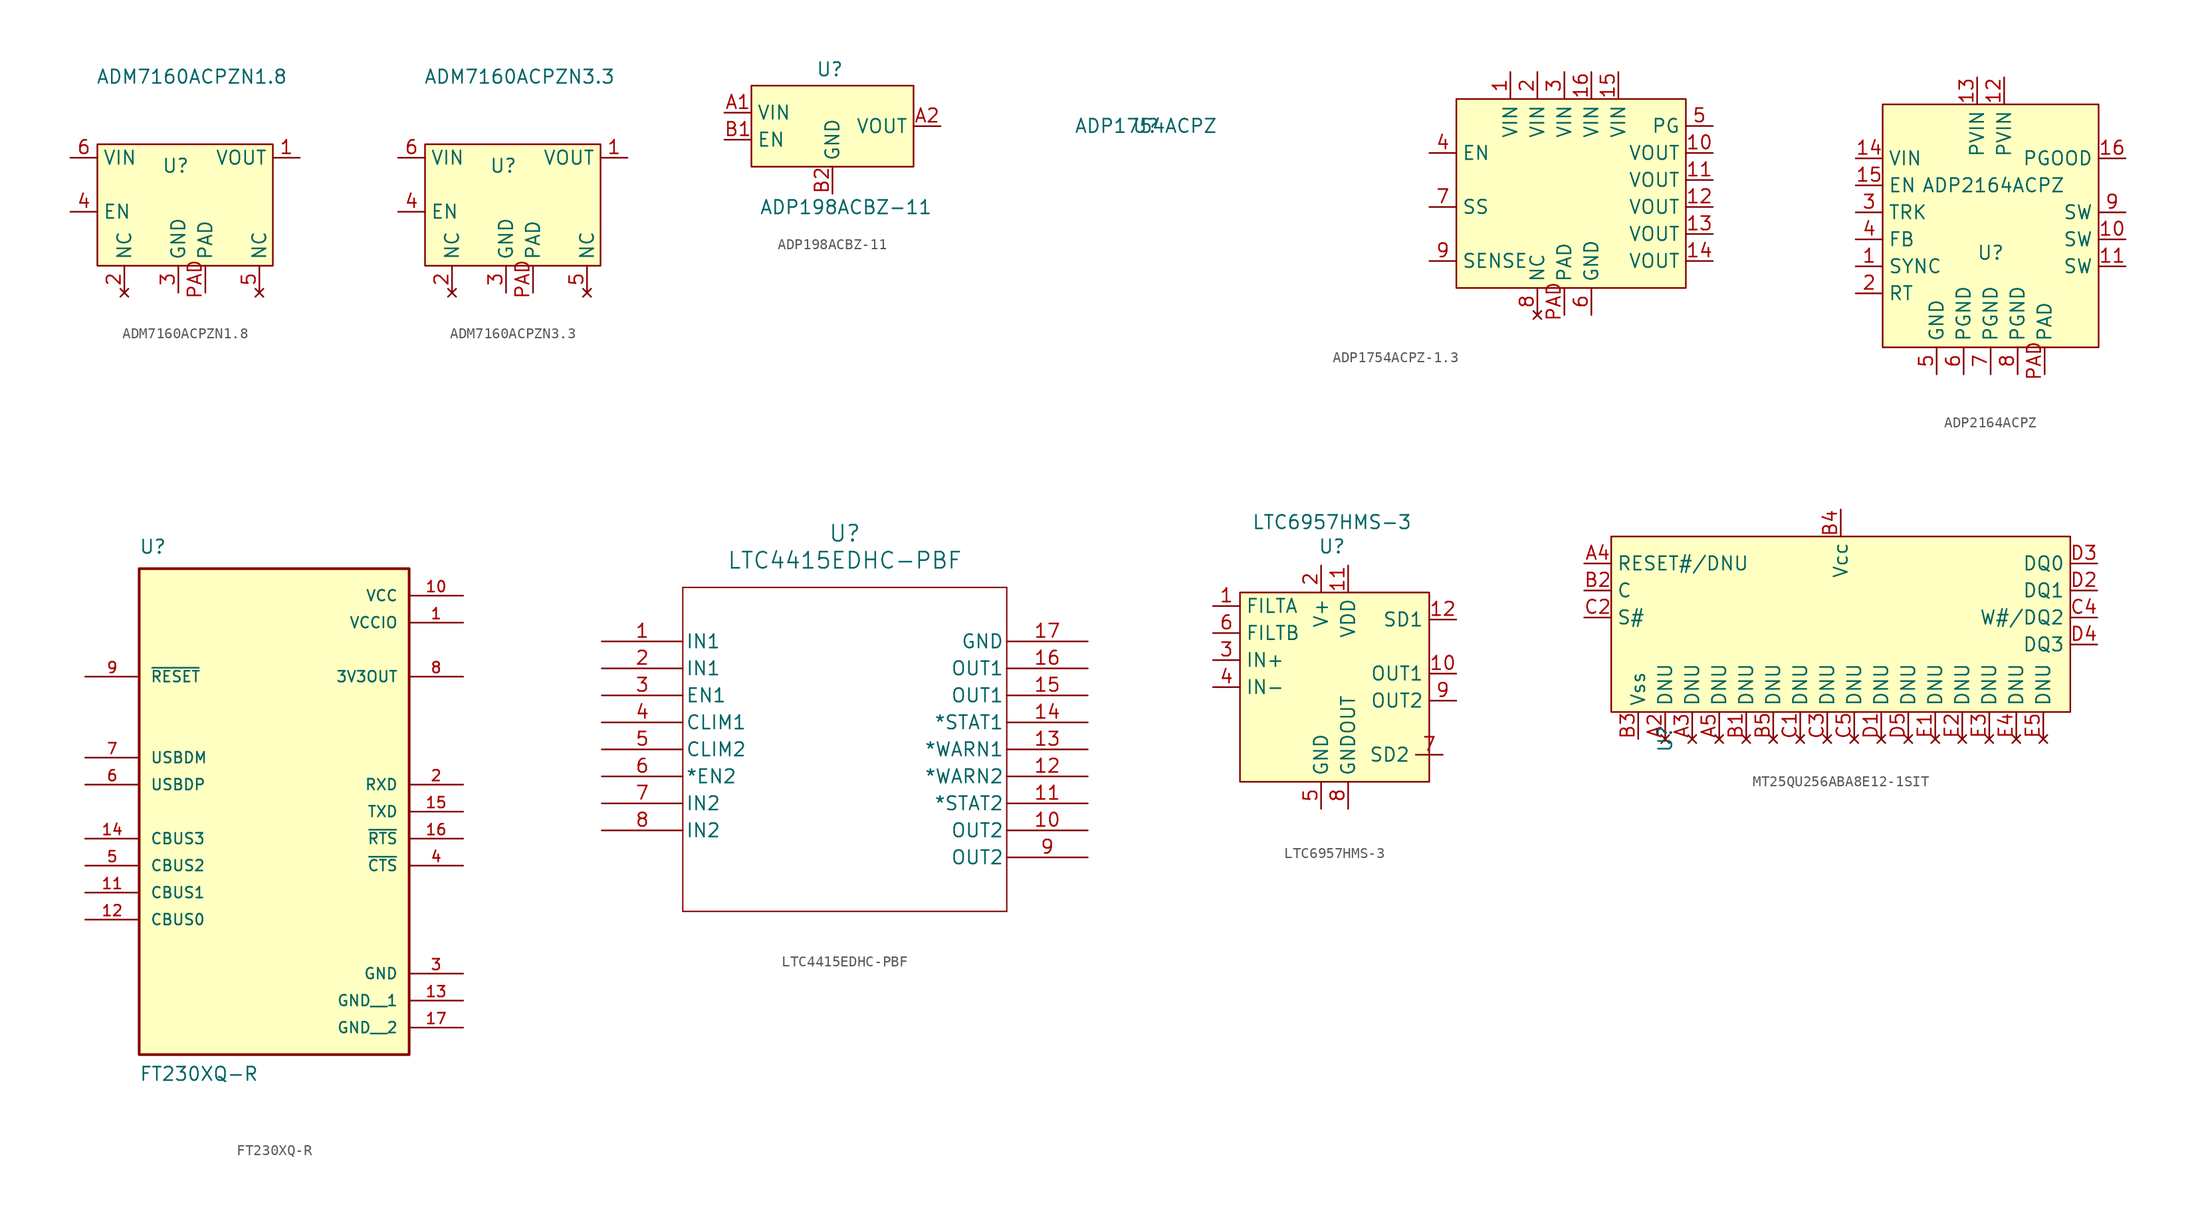
<source format=kicad_sym>
(kicad_symbol_lib
  (version 20231120)
  (generator "kicad_symbol_editor")
  (generator_version "8.0")
  (symbol "ADM7160ACPZN1.8"
    (property "Reference" "U"
      (at -1.524 -8.382 0)
      (effects (font (size 1.27 1.27))))
    (property "Value" "ADM7160ACPZN1.8"
      (at 0 0 0)
      (effects (font (size 1.27 1.27))))
    (symbol "ADM7160ACPZN1.8_0_0"
      (pin power_out line (at 10.16 -7.62 180) (length 2.54) (name "VOUT" (effects (font (size 1.27 1.27)))) (number "1" (effects (font (size 1.27 1.27)))))
      (pin no_connect line (at -6.35 -20.32 90) (length 2.54) (name "NC" (effects (font (size 1.27 1.27)))) (number "2" (effects (font (size 1.27 1.27)))))
      (pin power_in line (at -1.27 -20.32 90) (length 2.54) (name "GND" (effects (font (size 1.27 1.27)))) (number "3" (effects (font (size 1.27 1.27)))))
      (pin input line (at -11.43 -12.7 0) (length 2.54) (name "EN" (effects (font (size 1.27 1.27)))) (number "4" (effects (font (size 1.27 1.27)))))
      (pin no_connect line (at 6.35 -20.32 90) (length 2.54) (name "NC" (effects (font (size 1.27 1.27)))) (number "5" (effects (font (size 1.27 1.27)))))
      (pin power_in line (at -11.43 -7.62 0) (length 2.54) (name "VIN" (effects (font (size 1.27 1.27)))) (number "6" (effects (font (size 1.27 1.27)))))
      (pin power_in line (at 1.27 -20.32 90) (length 2.54) (name "PAD" (effects (font (size 1.27 1.27)))) (number "PAD" (effects (font (size 1.27 1.27))))))
    (symbol "ADM7160ACPZN1.8_1_1"
      (rectangle (start -8.89 -6.35) (end 7.62 -17.78) (stroke (width 0) (type default)) (fill (type background)))))
  (symbol "ADM7160ACPZN3.3"
    (property "Reference" "U"
      (at -1.524 -8.382 0)
      (effects (font (size 1.27 1.27))))
    (property "Value" "ADM7160ACPZN3.3"
      (at 0 0 0)
      (effects (font (size 1.27 1.27))))
    (symbol "ADM7160ACPZN3.3_0_0"
      (pin power_out line (at 10.16 -7.62 180) (length 2.54) (name "VOUT" (effects (font (size 1.27 1.27)))) (number "1" (effects (font (size 1.27 1.27)))))
      (pin no_connect line (at -6.35 -20.32 90) (length 2.54) (name "NC" (effects (font (size 1.27 1.27)))) (number "2" (effects (font (size 1.27 1.27)))))
      (pin power_in line (at -1.27 -20.32 90) (length 2.54) (name "GND" (effects (font (size 1.27 1.27)))) (number "3" (effects (font (size 1.27 1.27)))))
      (pin input line (at -11.43 -12.7 0) (length 2.54) (name "EN" (effects (font (size 1.27 1.27)))) (number "4" (effects (font (size 1.27 1.27)))))
      (pin no_connect line (at 6.35 -20.32 90) (length 2.54) (name "NC" (effects (font (size 1.27 1.27)))) (number "5" (effects (font (size 1.27 1.27)))))
      (pin power_in line (at -11.43 -7.62 0) (length 2.54) (name "VIN" (effects (font (size 1.27 1.27)))) (number "6" (effects (font (size 1.27 1.27)))))
      (pin power_in line (at 1.27 -20.32 90) (length 2.54) (name "PAD" (effects (font (size 1.27 1.27)))) (number "PAD" (effects (font (size 1.27 1.27))))))
    (symbol "ADM7160ACPZN3.3_1_1"
      (rectangle (start -8.89 -6.35) (end 7.62 -17.78) (stroke (width 0) (type default)) (fill (type background)))))
  (symbol "ADP198ACBZ-11"
    (property "Reference" "U"
      (at -0.254 5.334 0)
      (effects (font (size 1.27 1.27))))
    (property "Value" "ADP198ACBZ-11"
      (at 1.27 -7.62 0)
      (effects (font (size 1.27 1.27))))
    (symbol "ADP198ACBZ-11_0_0"
      (pin power_in line (at -10.16 1.27 0) (length 2.54) (name "VIN" (effects (font (size 1.27 1.27)))) (number "A1" (effects (font (size 1.27 1.27)))))
      (pin power_out line (at 10.16 0 180) (length 2.54) (name "VOUT" (effects (font (size 1.27 1.27)))) (number "A2" (effects (font (size 1.27 1.27)))))
      (pin input line (at -10.16 -1.27 0) (length 2.54) (name "EN" (effects (font (size 1.27 1.27)))) (number "B1" (effects (font (size 1.27 1.27)))))
      (pin power_in line (at 0 -6.35 90) (length 2.54) (name "GND" (effects (font (size 1.27 1.27)))) (number "B2" (effects (font (size 1.27 1.27))))))
    (symbol "ADP198ACBZ-11_1_1"
      (rectangle (start -7.62 3.81) (end 7.62 -3.81) (stroke (width 0) (type default)) (fill (type background)))))
  (symbol "ADP1754ACPZ-1.3"
    (property "Reference" "U"
      (at -39.37 -2.54 0)
      (effects (font (size 1.27 1.27))))
    (property "Value" "ADP1754ACPZ"
      (at -39.37 -2.54 0)
      (effects (font (size 1.27 1.27))))
    (symbol "ADP1754ACPZ-1.3_0_0"
      (pin power_in line (at -5.08 2.54 270) (length 2.54) (name "VIN" (effects (font (size 1.27 1.27)))) (number "1" (effects (font (size 1.27 1.27)))))
      (pin power_out line (at 13.97 -5.08 180) (length 2.54) (name "VOUT" (effects (font (size 1.27 1.27)))) (number "10" (effects (font (size 1.27 1.27)))))
      (pin power_out line (at 13.97 -7.62 180) (length 2.54) (name "VOUT" (effects (font (size 1.27 1.27)))) (number "11" (effects (font (size 1.27 1.27)))))
      (pin power_out line (at 13.97 -10.16 180) (length 2.54) (name "VOUT" (effects (font (size 1.27 1.27)))) (number "12" (effects (font (size 1.27 1.27)))))
      (pin power_out line (at 13.97 -12.7 180) (length 2.54) (name "VOUT" (effects (font (size 1.27 1.27)))) (number "13" (effects (font (size 1.27 1.27)))))
      (pin power_out line (at 13.97 -15.24 180) (length 2.54) (name "VOUT" (effects (font (size 1.27 1.27)))) (number "14" (effects (font (size 1.27 1.27)))))
      (pin power_in line (at 5.08 2.54 270) (length 2.54) (name "VIN" (effects (font (size 1.27 1.27)))) (number "15" (effects (font (size 1.27 1.27)))))
      (pin power_in line (at 2.54 2.54 270) (length 2.54) (name "VIN" (effects (font (size 1.27 1.27)))) (number "16" (effects (font (size 1.27 1.27)))))
      (pin power_in line (at -2.54 2.54 270) (length 2.54) (name "VIN" (effects (font (size 1.27 1.27)))) (number "2" (effects (font (size 1.27 1.27)))))
      (pin power_in line (at 0 2.54 270) (length 2.54) (name "VIN" (effects (font (size 1.27 1.27)))) (number "3" (effects (font (size 1.27 1.27)))))
      (pin input line (at -12.7 -5.08 0) (length 2.54) (name "EN" (effects (font (size 1.27 1.27)))) (number "4" (effects (font (size 1.27 1.27)))))
      (pin output line (at 13.97 -2.54 180) (length 2.54) (name "PG" (effects (font (size 1.27 1.27)))) (number "5" (effects (font (size 1.27 1.27)))))
      (pin power_in line (at 2.54 -20.32 90) (length 2.54) (name "GND" (effects (font (size 1.27 1.27)))) (number "6" (effects (font (size 1.27 1.27)))))
      (pin input line (at -12.7 -10.16 0) (length 2.54) (name "SS" (effects (font (size 1.27 1.27)))) (number "7" (effects (font (size 1.27 1.27)))))
      (pin no_connect line (at -2.54 -20.32 90) (length 2.54) (name "NC" (effects (font (size 1.27 1.27)))) (number "8" (effects (font (size 1.27 1.27)))))
      (pin input line (at -12.7 -15.24 0) (length 2.54) (name "SENSE" (effects (font (size 1.27 1.27)))) (number "9" (effects (font (size 1.27 1.27)))))
      (pin power_in line (at 0 -20.32 90) (length 2.54) (name "PAD" (effects (font (size 1.27 1.27)))) (number "PAD" (effects (font (size 1.27 1.27))))))
    (symbol "ADP1754ACPZ-1.3_1_1"
      (rectangle (start -10.16 0) (end 11.43 -17.78) (stroke (width 0) (type default)) (fill (type background)))))
  (symbol "ADP2164ACPZ"
    (property "Reference" "U"
      (at 0 -2.54 0)
      (effects (font (size 1.27 1.27))))
    (property "Value" "ADP2164ACPZ"
      (at 0.254 3.81 0)
      (effects (font (size 1.27 1.27))))
    (symbol "ADP2164ACPZ_0_0"
      (pin input line (at -12.7 -3.81 0) (length 2.54) (name "SYNC" (effects (font (size 1.27 1.27)))) (number "1" (effects (font (size 1.27 1.27)))))
      (pin output line (at 12.7 -1.27 180) (length 2.54) (name "SW" (effects (font (size 1.27 1.27)))) (number "10" (effects (font (size 1.27 1.27)))))
      (pin output line (at 12.7 -3.81 180) (length 2.54) (name "SW" (effects (font (size 1.27 1.27)))) (number "11" (effects (font (size 1.27 1.27)))))
      (pin power_in line (at 1.27 13.97 270) (length 2.54) (name "PVIN" (effects (font (size 1.27 1.27)))) (number "12" (effects (font (size 1.27 1.27)))))
      (pin power_in line (at -1.27 13.97 270) (length 2.54) (name "PVIN" (effects (font (size 1.27 1.27)))) (number "13" (effects (font (size 1.27 1.27)))))
      (pin input line (at -12.7 6.35 0) (length 2.54) (name "VIN" (effects (font (size 1.27 1.27)))) (number "14" (effects (font (size 1.27 1.27)))))
      (pin input line (at -12.7 3.81 0) (length 2.54) (name "EN" (effects (font (size 1.27 1.27)))) (number "15" (effects (font (size 1.27 1.27)))))
      (pin output line (at 12.7 6.35 180) (length 2.54) (name "PGOOD" (effects (font (size 1.27 1.27)))) (number "16" (effects (font (size 1.27 1.27)))))
      (pin input line (at -12.7 -6.35 0) (length 2.54) (name "RT" (effects (font (size 1.27 1.27)))) (number "2" (effects (font (size 1.27 1.27)))))
      (pin input line (at -12.7 1.27 0) (length 2.54) (name "TRK" (effects (font (size 1.27 1.27)))) (number "3" (effects (font (size 1.27 1.27)))))
      (pin input line (at -12.7 -1.27 0) (length 2.54) (name "FB" (effects (font (size 1.27 1.27)))) (number "4" (effects (font (size 1.27 1.27)))))
      (pin power_in line (at -5.08 -13.97 90) (length 2.54) (name "GND" (effects (font (size 1.27 1.27)))) (number "5" (effects (font (size 1.27 1.27)))))
      (pin power_in line (at -2.54 -13.97 90) (length 2.54) (name "PGND" (effects (font (size 1.27 1.27)))) (number "6" (effects (font (size 1.27 1.27)))))
      (pin power_in line (at 0 -13.97 90) (length 2.54) (name "PGND" (effects (font (size 1.27 1.27)))) (number "7" (effects (font (size 1.27 1.27)))))
      (pin power_in line (at 2.54 -13.97 90) (length 2.54) (name "PGND" (effects (font (size 1.27 1.27)))) (number "8" (effects (font (size 1.27 1.27)))))
      (pin output line (at 12.7 1.27 180) (length 2.54) (name "SW" (effects (font (size 1.27 1.27)))) (number "9" (effects (font (size 1.27 1.27)))))
      (pin output line (at 5.08 -13.97 90) (length 2.54) (name "PAD" (effects (font (size 1.27 1.27)))) (number "PAD" (effects (font (size 1.27 1.27))))))
    (symbol "ADP2164ACPZ_1_1"
      (rectangle (start -10.16 11.43) (end 10.16 -11.43) (stroke (width 0) (type default)) (fill (type background)))))
  (symbol "FT230XQ-R"
    (pin_names
      (offset 1.016))
    (property "Reference" "U"
      (at -12.726 21.633 0)
      (effects (font (size 1.27 1.27)) (justify left bottom)))
    (property "Value" "FT230XQ-R"
      (at -12.712 -27.964 0)
      (effects (font (size 1.27 1.27)) (justify left bottom)))
    (symbol "FT230XQ-R_0_0"
      (rectangle (start -12.7 -25.4) (end 12.7 20.32) (stroke (width 0.254) (type default)) (fill (type background)))
      (pin power_in line (at 17.78 15.24 180) (length 5.08) (name "VCCIO" (effects (font (size 1.016 1.016)))) (number "1" (effects (font (size 1.016 1.016)))))
      (pin power_in line (at 17.78 17.78 180) (length 5.08) (name "VCC" (effects (font (size 1.016 1.016)))) (number "10" (effects (font (size 1.016 1.016)))))
      (pin bidirectional line (at -17.78 -10.16 0) (length 5.08) (name "CBUS1" (effects (font (size 1.016 1.016)))) (number "11" (effects (font (size 1.016 1.016)))))
      (pin bidirectional line (at -17.78 -12.7 0) (length 5.08) (name "CBUS0" (effects (font (size 1.016 1.016)))) (number "12" (effects (font (size 1.016 1.016)))))
      (pin power_in line (at 17.78 -20.32 180) (length 5.08) (name "GND__1" (effects (font (size 1.016 1.016)))) (number "13" (effects (font (size 1.016 1.016)))))
      (pin bidirectional line (at -17.78 -5.08 0) (length 5.08) (name "CBUS3" (effects (font (size 1.016 1.016)))) (number "14" (effects (font (size 1.016 1.016)))))
      (pin output line (at 17.78 -2.54 180) (length 5.08) (name "TXD" (effects (font (size 1.016 1.016)))) (number "15" (effects (font (size 1.016 1.016)))))
      (pin output line (at 17.78 -5.08 180) (length 5.08) (name "~{RTS}" (effects (font (size 1.016 1.016)))) (number "16" (effects (font (size 1.016 1.016)))))
      (pin power_in line (at 17.78 -22.86 180) (length 5.08) (name "GND__2" (effects (font (size 1.016 1.016)))) (number "17" (effects (font (size 1.016 1.016)))))
      (pin input line (at 17.78 0 180) (length 5.08) (name "RXD" (effects (font (size 1.016 1.016)))) (number "2" (effects (font (size 1.016 1.016)))))
      (pin power_in line (at 17.78 -17.78 180) (length 5.08) (name "GND" (effects (font (size 1.016 1.016)))) (number "3" (effects (font (size 1.016 1.016)))))
      (pin input line (at 17.78 -7.62 180) (length 5.08) (name "~{CTS}" (effects (font (size 1.016 1.016)))) (number "4" (effects (font (size 1.016 1.016)))))
      (pin bidirectional line (at -17.78 -7.62 0) (length 5.08) (name "CBUS2" (effects (font (size 1.016 1.016)))) (number "5" (effects (font (size 1.016 1.016)))))
      (pin input line (at -17.78 0 0) (length 5.08) (name "USBDP" (effects (font (size 1.016 1.016)))) (number "6" (effects (font (size 1.016 1.016)))))
      (pin input line (at -17.78 2.54 0) (length 5.08) (name "USBDM" (effects (font (size 1.016 1.016)))) (number "7" (effects (font (size 1.016 1.016)))))
      (pin output line (at 17.78 10.16 180) (length 5.08) (name "3V3OUT" (effects (font (size 1.016 1.016)))) (number "8" (effects (font (size 1.016 1.016)))))
      (pin input line (at -17.78 10.16 0) (length 5.08) (name "~{RESET}" (effects (font (size 1.016 1.016)))) (number "9" (effects (font (size 1.016 1.016)))))))
  (symbol "LTC4415EDHC-PBF"
    (pin_names
      (offset 0.254))
    (property "Reference" "U"
      (at 22.86 10.16 0)
      (effects (font (size 1.524 1.524))))
    (property "Value" "LTC4415EDHC-PBF"
      (at 22.86 7.62 0)
      (effects (font (size 1.524 1.524))))
    (property "ki_locked" ""
      (at 0 0 0)
      (effects (font (size 1.27 1.27))))
    (symbol "LTC4415EDHC-PBF_0_1"
      (polyline (pts (xy 7.62 -25.4) (xy 38.1 -25.4)) (stroke (width 0.127) (type default)) (fill (type none)))
      (polyline (pts (xy 7.62 5.08) (xy 7.62 -25.4)) (stroke (width 0.127) (type default)) (fill (type none)))
      (polyline (pts (xy 38.1 -25.4) (xy 38.1 5.08)) (stroke (width 0.127) (type default)) (fill (type none)))
      (polyline (pts (xy 38.1 5.08) (xy 7.62 5.08)) (stroke (width 0.127) (type default)) (fill (type none)))
      (pin power_in line (at 0 0 0) (length 7.62) (name "IN1" (effects (font (size 1.27 1.27)))) (number "1" (effects (font (size 1.27 1.27)))))
      (pin output line (at 45.72 -17.78 180) (length 7.62) (name "OUT2" (effects (font (size 1.27 1.27)))) (number "10" (effects (font (size 1.27 1.27)))))
      (pin output line (at 45.72 -15.24 180) (length 7.62) (name "*STAT2" (effects (font (size 1.27 1.27)))) (number "11" (effects (font (size 1.27 1.27)))))
      (pin output line (at 45.72 -12.7 180) (length 7.62) (name "*WARN2" (effects (font (size 1.27 1.27)))) (number "12" (effects (font (size 1.27 1.27)))))
      (pin output line (at 45.72 -10.16 180) (length 7.62) (name "*WARN1" (effects (font (size 1.27 1.27)))) (number "13" (effects (font (size 1.27 1.27)))))
      (pin output line (at 45.72 -7.62 180) (length 7.62) (name "*STAT1" (effects (font (size 1.27 1.27)))) (number "14" (effects (font (size 1.27 1.27)))))
      (pin output line (at 45.72 -5.08 180) (length 7.62) (name "OUT1" (effects (font (size 1.27 1.27)))) (number "15" (effects (font (size 1.27 1.27)))))
      (pin output line (at 45.72 -2.54 180) (length 7.62) (name "OUT1" (effects (font (size 1.27 1.27)))) (number "16" (effects (font (size 1.27 1.27)))))
      (pin power_out line (at 45.72 0 180) (length 7.62) (name "GND" (effects (font (size 1.27 1.27)))) (number "17" (effects (font (size 1.27 1.27)))))
      (pin power_in line (at 0 -2.54 0) (length 7.62) (name "IN1" (effects (font (size 1.27 1.27)))) (number "2" (effects (font (size 1.27 1.27)))))
      (pin input line (at 0 -5.08 0) (length 7.62) (name "EN1" (effects (font (size 1.27 1.27)))) (number "3" (effects (font (size 1.27 1.27)))))
      (pin unspecified line (at 0 -7.62 0) (length 7.62) (name "CLIM1" (effects (font (size 1.27 1.27)))) (number "4" (effects (font (size 1.27 1.27)))))
      (pin unspecified line (at 0 -10.16 0) (length 7.62) (name "CLIM2" (effects (font (size 1.27 1.27)))) (number "5" (effects (font (size 1.27 1.27)))))
      (pin input line (at 0 -12.7 0) (length 7.62) (name "*EN2" (effects (font (size 1.27 1.27)))) (number "6" (effects (font (size 1.27 1.27)))))
      (pin power_in line (at 0 -15.24 0) (length 7.62) (name "IN2" (effects (font (size 1.27 1.27)))) (number "7" (effects (font (size 1.27 1.27)))))
      (pin power_in line (at 0 -17.78 0) (length 7.62) (name "IN2" (effects (font (size 1.27 1.27)))) (number "8" (effects (font (size 1.27 1.27)))))
      (pin output line (at 45.72 -20.32 180) (length 7.62) (name "OUT2" (effects (font (size 1.27 1.27)))) (number "9" (effects (font (size 1.27 1.27)))))))
  (symbol "LTC6957HMS-3"
    (property "Reference" "U"
      (at -0.254 -5.842 0)
      (effects (font (size 1.27 1.27))))
    (property "Value" "LTC6957HMS-3"
      (at -0.254 -3.556 0)
      (effects (font (size 1.27 1.27))))
    (symbol "LTC6957HMS-3_0_0"
      (pin input line (at -11.43 -11.43 0) (length 2.54) (name "FILTA" (effects (font (size 1.27 1.27)))) (number "1" (effects (font (size 1.27 1.27)))))
      (pin output line (at 11.43 -17.78 180) (length 2.54) (name "OUT1" (effects (font (size 1.27 1.27)))) (number "10" (effects (font (size 1.27 1.27)))))
      (pin power_in line (at 1.27 -7.62 270) (length 2.54) (name "VDD" (effects (font (size 1.27 1.27)))) (number "11" (effects (font (size 1.27 1.27)))))
      (pin output line (at 11.43 -12.7 180) (length 2.54) (name "SD1" (effects (font (size 1.27 1.27)))) (number "12" (effects (font (size 1.27 1.27)))))
      (pin power_in line (at -1.27 -7.62 270) (length 2.54) (name "V+" (effects (font (size 1.27 1.27)))) (number "2" (effects (font (size 1.27 1.27)))))
      (pin input line (at -11.43 -16.51 0) (length 2.54) (name "IN+" (effects (font (size 1.27 1.27)))) (number "3" (effects (font (size 1.27 1.27)))))
      (pin input line (at -11.43 -19.05 0) (length 2.54) (name "IN-" (effects (font (size 1.27 1.27)))) (number "4" (effects (font (size 1.27 1.27)))))
      (pin power_in line (at -1.27 -30.48 90) (length 2.54) (name "GND" (effects (font (size 1.27 1.27)))) (number "5" (effects (font (size 1.27 1.27)))))
      (pin input line (at -11.43 -13.97 0) (length 2.54) (name "FILTB" (effects (font (size 1.27 1.27)))) (number "6" (effects (font (size 1.27 1.27)))))
      (pin output line (at 10.16 -25.4 180) (length 2.54) (name "SD2" (effects (font (size 1.27 1.27)))) (number "7" (effects (font (size 1.27 1.27)))))
      (pin power_in line (at 1.27 -30.48 90) (length 2.54) (name "GNDOUT" (effects (font (size 1.27 1.27)))) (number "8" (effects (font (size 1.27 1.27)))))
      (pin output line (at 11.43 -20.32 180) (length 2.54) (name "OUT2" (effects (font (size 1.27 1.27)))) (number "9" (effects (font (size 1.27 1.27))))))
    (symbol "LTC6957HMS-3_1_1"
      (rectangle (start -8.89 -10.16) (end 8.89 -27.94) (stroke (width 0) (type default)) (fill (type background)))))
  (symbol "MT25QU256ABA8E12-1SIT"
    (property "Reference" "U"
      (at -16.51 -25.4 90)
      (effects (font (size 1.27 1.27))))
    (property "Value" ""
      (at -16.51 -25.4 90)
      (effects (font (size 1.27 1.27))))
    (symbol "MT25QU256ABA8E12-1SIT_0_0"
      (pin no_connect line (at -16.51 -25.4 90) (length 2.54) (name "DNU" (effects (font (size 1.27 1.27)))) (number "A2" (effects (font (size 1.27 1.27)))))
      (pin no_connect line (at -13.97 -25.4 90) (length 2.54) (name "DNU" (effects (font (size 1.27 1.27)))) (number "A3" (effects (font (size 1.27 1.27)))))
      (pin input line (at -24.13 -8.89 0) (length 2.54) (name "RESET#/DNU" (effects (font (size 1.27 1.27)))) (number "A4" (effects (font (size 1.27 1.27)))))
      (pin no_connect line (at -11.43 -25.4 90) (length 2.54) (name "DNU" (effects (font (size 1.27 1.27)))) (number "A5" (effects (font (size 1.27 1.27)))))
      (pin no_connect line (at -8.89 -25.4 90) (length 2.54) (name "DNU" (effects (font (size 1.27 1.27)))) (number "B1" (effects (font (size 1.27 1.27)))))
      (pin input line (at -24.13 -11.43 0) (length 2.54) (name "C" (effects (font (size 1.27 1.27)))) (number "B2" (effects (font (size 1.27 1.27)))))
      (pin power_in line (at -19.05 -25.4 90) (length 2.54) (name "Vss" (effects (font (size 1.27 1.27)))) (number "B3" (effects (font (size 1.27 1.27)))))
      (pin power_in line (at 0 -3.81 270) (length 2.54) (name "Vcc" (effects (font (size 1.27 1.27)))) (number "B4" (effects (font (size 1.27 1.27)))))
      (pin no_connect line (at -6.35 -25.4 90) (length 2.54) (name "DNU" (effects (font (size 1.27 1.27)))) (number "B5" (effects (font (size 1.27 1.27)))))
      (pin no_connect line (at -3.81 -25.4 90) (length 2.54) (name "DNU" (effects (font (size 1.27 1.27)))) (number "C1" (effects (font (size 1.27 1.27)))))
      (pin input line (at -24.13 -13.97 0) (length 2.54) (name "S#" (effects (font (size 1.27 1.27)))) (number "C2" (effects (font (size 1.27 1.27)))))
      (pin no_connect line (at -1.27 -25.4 90) (length 2.54) (name "DNU" (effects (font (size 1.27 1.27)))) (number "C3" (effects (font (size 1.27 1.27)))))
      (pin bidirectional line (at 24.13 -13.97 180) (length 2.54) (name "W#/DQ2" (effects (font (size 1.27 1.27)))) (number "C4" (effects (font (size 1.27 1.27)))))
      (pin no_connect line (at 1.27 -25.4 90) (length 2.54) (name "DNU" (effects (font (size 1.27 1.27)))) (number "C5" (effects (font (size 1.27 1.27)))))
      (pin no_connect line (at 3.81 -25.4 90) (length 2.54) (name "DNU" (effects (font (size 1.27 1.27)))) (number "D1" (effects (font (size 1.27 1.27)))))
      (pin bidirectional line (at 24.13 -11.43 180) (length 2.54) (name "DQ1" (effects (font (size 1.27 1.27)))) (number "D2" (effects (font (size 1.27 1.27)))))
      (pin bidirectional line (at 24.13 -8.89 180) (length 2.54) (name "DQ0" (effects (font (size 1.27 1.27)))) (number "D3" (effects (font (size 1.27 1.27)))))
      (pin bidirectional line (at 24.13 -16.51 180) (length 2.54) (name "DQ3" (effects (font (size 1.27 1.27)))) (number "D4" (effects (font (size 1.27 1.27)))))
      (pin no_connect line (at 6.35 -25.4 90) (length 2.54) (name "DNU" (effects (font (size 1.27 1.27)))) (number "D5" (effects (font (size 1.27 1.27)))))
      (pin no_connect line (at 8.89 -25.4 90) (length 2.54) (name "DNU" (effects (font (size 1.27 1.27)))) (number "E1" (effects (font (size 1.27 1.27)))))
      (pin no_connect line (at 11.43 -25.4 90) (length 2.54) (name "DNU" (effects (font (size 1.27 1.27)))) (number "E2" (effects (font (size 1.27 1.27)))))
      (pin no_connect line (at 13.97 -25.4 90) (length 2.54) (name "DNU" (effects (font (size 1.27 1.27)))) (number "E3" (effects (font (size 1.27 1.27)))))
      (pin no_connect line (at 16.51 -25.4 90) (length 2.54) (name "DNU" (effects (font (size 1.27 1.27)))) (number "E4" (effects (font (size 1.27 1.27)))))
      (pin no_connect line (at 19.05 -25.4 90) (length 2.54) (name "DNU" (effects (font (size 1.27 1.27)))) (number "E5" (effects (font (size 1.27 1.27))))))
    (symbol "MT25QU256ABA8E12-1SIT_1_1"
      (rectangle (start -21.59 -6.35) (end 21.59 -22.86) (stroke (width 0) (type default)) (fill (type background))))))
</source>
